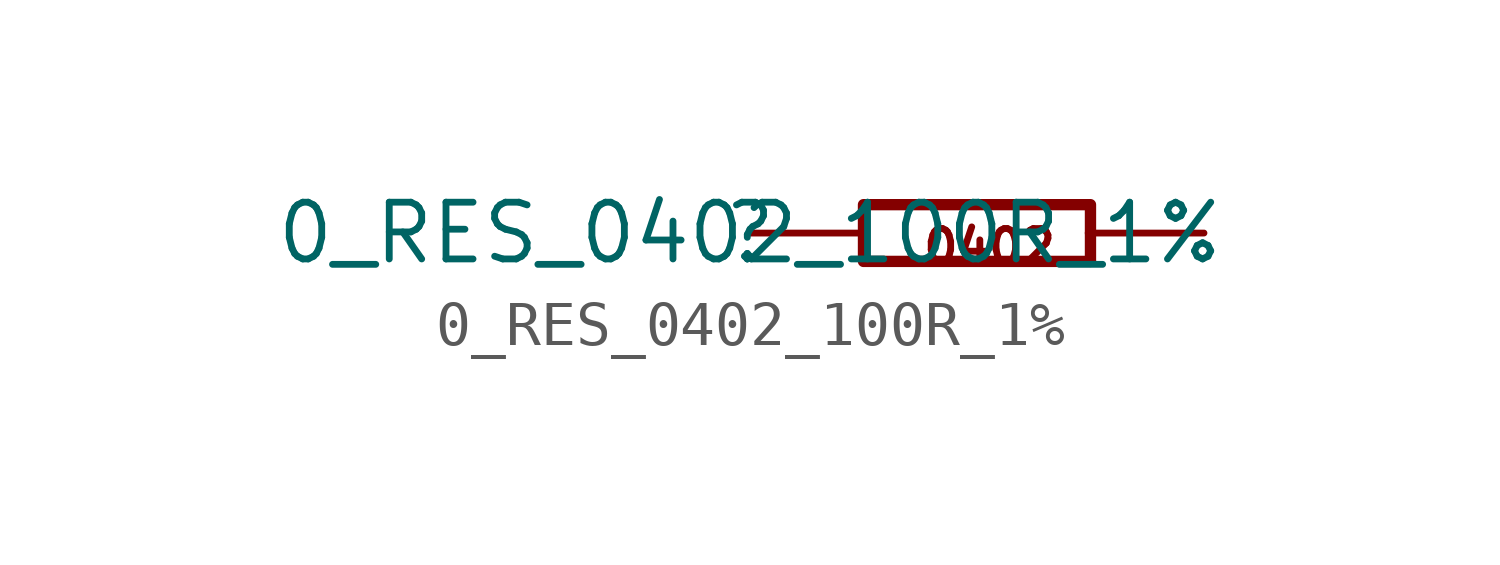
<source format=kicad_sym>
(kicad_symbol_lib
  (version 20211014)
  (generator kicad_symbol_editor)
  (symbol "0_RES_0402_100R_1%"
    (property "Reference" ""
      (at 0 0 0)
      (effects (font (size 1.27 1.27))))
    (property "Value" "0_RES_0402_100R_1%"
      (at 0 0 0)
      (effects (font (size 1.27 1.27))))
    (symbol "0_RES_0402_100R_1%_1_0"
      (polyline (pts (xy 7.62 -0.635) (xy 7.62 0)) (stroke (width 0.254) (type default) (color 0 0 0 0)) (fill (type none)))
      (polyline (pts (xy 7.62 0) (xy 7.62 0.635) (xy 2.54 0.635) (xy 2.54 -0.635) (xy 7.62 -0.635)) (stroke (width 0.254) (type default) (color 0 0 0 0)) (fill (type none)))
      (text "0402" (at 3.81 -0.762 0) (effects (font (size 0.762 0.762)) (justify left bottom)))
      (pin passive line (at 0 0 0) (length 2.54) (name "1" (effects (font (size 0 0)))) (number "1" (effects (font (size 0 0)))))
      (pin passive line (at 10.16 0 180) (length 2.54) (name "2" (effects (font (size 0 0)))) (number "2" (effects (font (size 0 0))))))))
</source>
